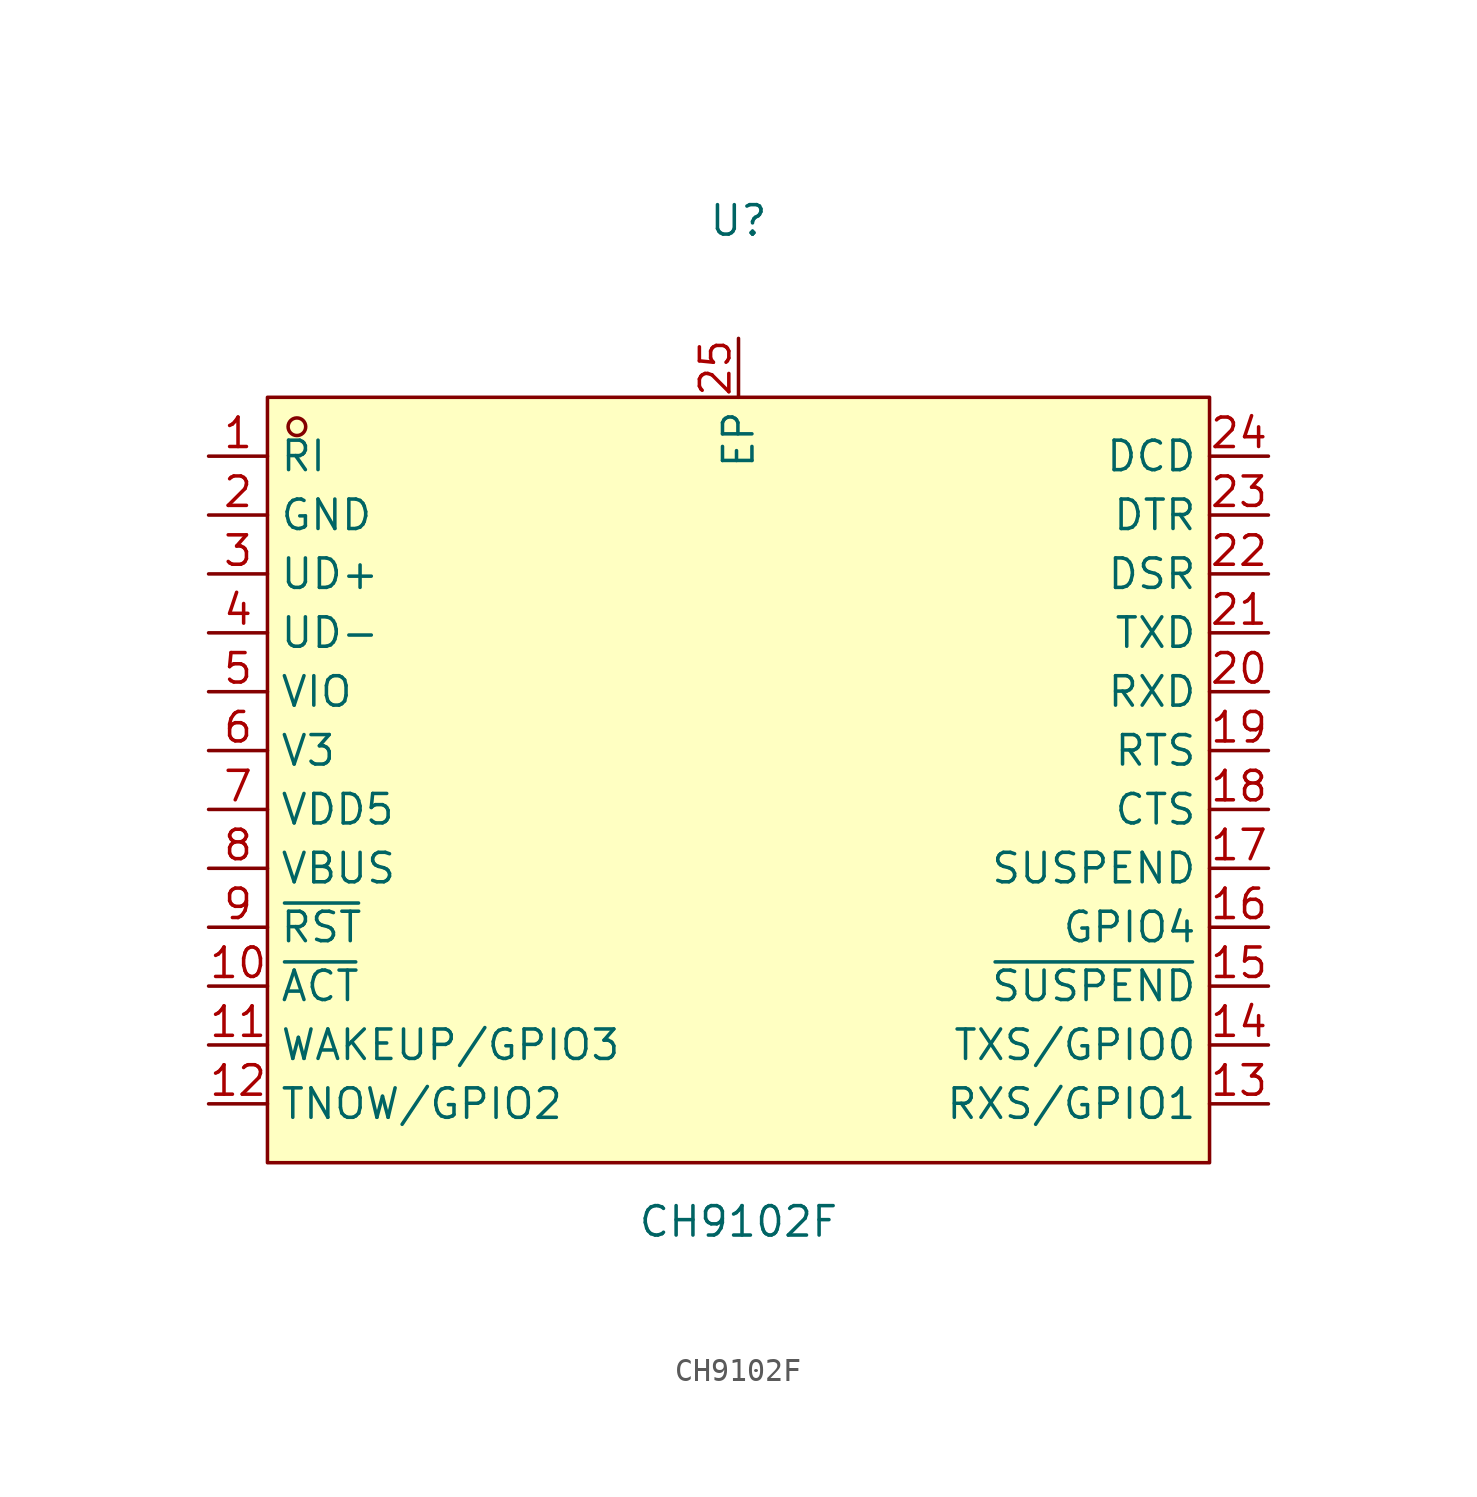
<source format=kicad_sym>
(kicad_symbol_lib
  (version 20231120)
  (generator "kicad_symbol_editor")
  (generator_version "8.0")
  (symbol "CH9102F"
    (property "Reference" "U"
      (at 0 24.13 0)
      (effects (font (size 1.27 1.27))))
    (property "Value" "CH9102F"
      (at 0 -19.05 0)
      (effects (font (size 1.27 1.27))))
    (symbol "CH9102F_0_1"
      (rectangle (start -20.32 16.51) (end 20.32 -16.51) (stroke (width 0) (type default)) (fill (type background)))
      (circle (center -19.05 15.24) (radius 0.38) (stroke (width 0) (type default)) (fill (type none)))
      (pin unspecified line (at -22.86 13.97 0) (length 2.54) (name "RI" (effects (font (size 1.27 1.27)))) (number "1" (effects (font (size 1.27 1.27)))))
      (pin unspecified line (at -22.86 -8.89 0) (length 2.54) (name "~{ACT}" (effects (font (size 1.27 1.27)))) (number "10" (effects (font (size 1.27 1.27)))))
      (pin unspecified line (at -22.86 -11.43 0) (length 2.54) (name "WAKEUP/GPIO3" (effects (font (size 1.27 1.27)))) (number "11" (effects (font (size 1.27 1.27)))))
      (pin unspecified line (at -22.86 -13.97 0) (length 2.54) (name "TNOW/GPIO2" (effects (font (size 1.27 1.27)))) (number "12" (effects (font (size 1.27 1.27)))))
      (pin unspecified line (at 22.86 -13.97 180) (length 2.54) (name "RXS/GPIO1" (effects (font (size 1.27 1.27)))) (number "13" (effects (font (size 1.27 1.27)))))
      (pin unspecified line (at 22.86 -11.43 180) (length 2.54) (name "TXS/GPIO0" (effects (font (size 1.27 1.27)))) (number "14" (effects (font (size 1.27 1.27)))))
      (pin unspecified line (at 22.86 -8.89 180) (length 2.54) (name "~{SUSPEND}" (effects (font (size 1.27 1.27)))) (number "15" (effects (font (size 1.27 1.27)))))
      (pin unspecified line (at 22.86 -6.35 180) (length 2.54) (name "GPIO4" (effects (font (size 1.27 1.27)))) (number "16" (effects (font (size 1.27 1.27)))))
      (pin unspecified line (at 22.86 -3.81 180) (length 2.54) (name "SUSPEND" (effects (font (size 1.27 1.27)))) (number "17" (effects (font (size 1.27 1.27)))))
      (pin unspecified line (at 22.86 -1.27 180) (length 2.54) (name "CTS" (effects (font (size 1.27 1.27)))) (number "18" (effects (font (size 1.27 1.27)))))
      (pin unspecified line (at 22.86 1.27 180) (length 2.54) (name "RTS" (effects (font (size 1.27 1.27)))) (number "19" (effects (font (size 1.27 1.27)))))
      (pin unspecified line (at -22.86 11.43 0) (length 2.54) (name "GND" (effects (font (size 1.27 1.27)))) (number "2" (effects (font (size 1.27 1.27)))))
      (pin unspecified line (at 22.86 3.81 180) (length 2.54) (name "RXD" (effects (font (size 1.27 1.27)))) (number "20" (effects (font (size 1.27 1.27)))))
      (pin unspecified line (at 22.86 6.35 180) (length 2.54) (name "TXD" (effects (font (size 1.27 1.27)))) (number "21" (effects (font (size 1.27 1.27)))))
      (pin unspecified line (at 22.86 8.89 180) (length 2.54) (name "DSR" (effects (font (size 1.27 1.27)))) (number "22" (effects (font (size 1.27 1.27)))))
      (pin unspecified line (at 22.86 11.43 180) (length 2.54) (name "DTR" (effects (font (size 1.27 1.27)))) (number "23" (effects (font (size 1.27 1.27)))))
      (pin unspecified line (at 22.86 13.97 180) (length 2.54) (name "DCD" (effects (font (size 1.27 1.27)))) (number "24" (effects (font (size 1.27 1.27)))))
      (pin unspecified line (at 0 19.05 270) (length 2.54) (name "EP" (effects (font (size 1.27 1.27)))) (number "25" (effects (font (size 1.27 1.27)))))
      (pin unspecified line (at -22.86 8.89 0) (length 2.54) (name "UD+" (effects (font (size 1.27 1.27)))) (number "3" (effects (font (size 1.27 1.27)))))
      (pin unspecified line (at -22.86 6.35 0) (length 2.54) (name "UD-" (effects (font (size 1.27 1.27)))) (number "4" (effects (font (size 1.27 1.27)))))
      (pin unspecified line (at -22.86 3.81 0) (length 2.54) (name "VIO" (effects (font (size 1.27 1.27)))) (number "5" (effects (font (size 1.27 1.27)))))
      (pin unspecified line (at -22.86 1.27 0) (length 2.54) (name "V3" (effects (font (size 1.27 1.27)))) (number "6" (effects (font (size 1.27 1.27)))))
      (pin unspecified line (at -22.86 -1.27 0) (length 2.54) (name "VDD5" (effects (font (size 1.27 1.27)))) (number "7" (effects (font (size 1.27 1.27)))))
      (pin unspecified line (at -22.86 -3.81 0) (length 2.54) (name "VBUS" (effects (font (size 1.27 1.27)))) (number "8" (effects (font (size 1.27 1.27)))))
      (pin unspecified line (at -22.86 -6.35 0) (length 2.54) (name "~{RST}" (effects (font (size 1.27 1.27)))) (number "9" (effects (font (size 1.27 1.27))))))))
</source>
